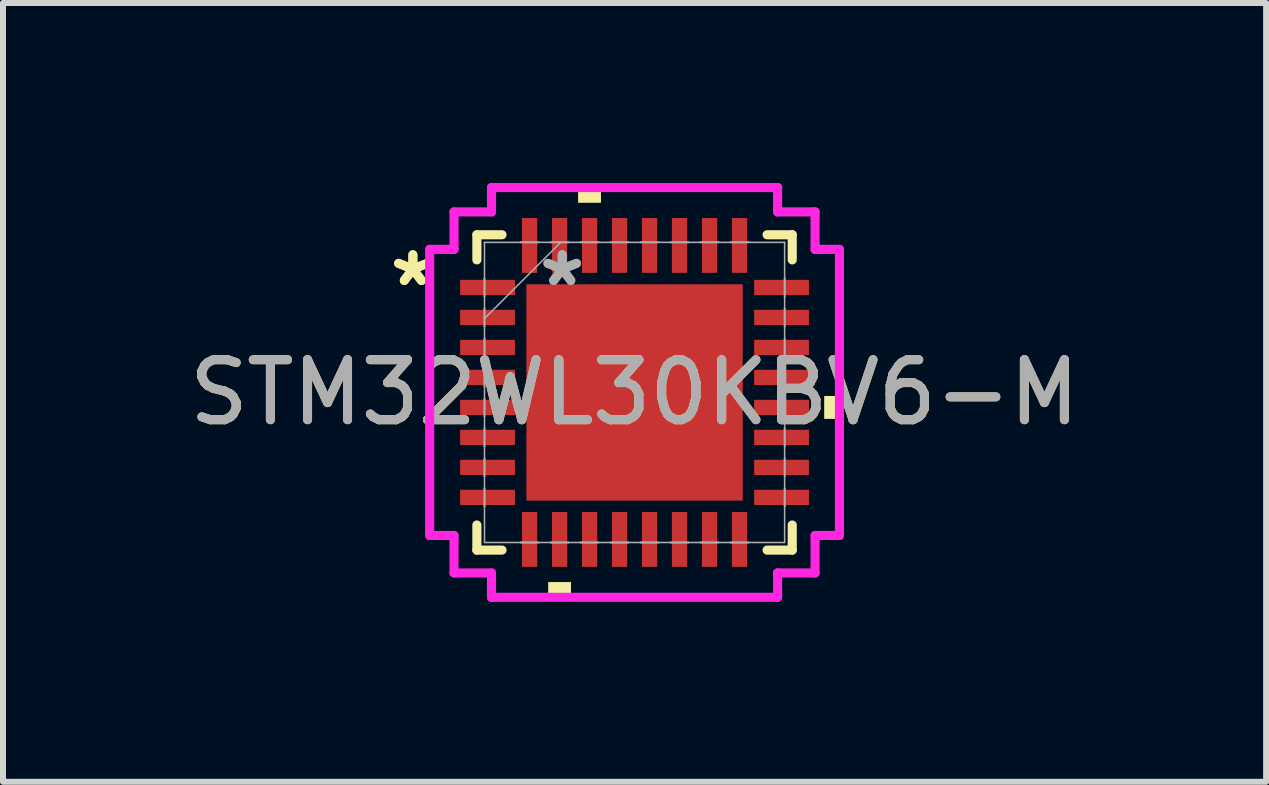
<source format=kicad_pcb>
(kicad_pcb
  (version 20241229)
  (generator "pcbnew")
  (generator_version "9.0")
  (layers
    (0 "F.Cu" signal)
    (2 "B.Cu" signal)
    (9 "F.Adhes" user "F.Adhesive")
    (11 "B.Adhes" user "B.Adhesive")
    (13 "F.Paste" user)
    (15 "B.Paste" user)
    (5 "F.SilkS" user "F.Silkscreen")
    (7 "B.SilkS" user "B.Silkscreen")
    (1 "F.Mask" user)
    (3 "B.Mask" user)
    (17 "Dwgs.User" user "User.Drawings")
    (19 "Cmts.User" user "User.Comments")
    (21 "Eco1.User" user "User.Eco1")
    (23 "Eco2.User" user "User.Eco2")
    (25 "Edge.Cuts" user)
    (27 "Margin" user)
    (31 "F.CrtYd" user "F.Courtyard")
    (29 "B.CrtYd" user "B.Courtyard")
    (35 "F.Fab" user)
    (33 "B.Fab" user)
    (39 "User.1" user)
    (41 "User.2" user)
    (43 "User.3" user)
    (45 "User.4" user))
  (footprint "STM32WL30KBV6-M"
    (layer "F.Cu")
    (at 7.53 3.493)
    (property "Reference" "STM32WL30KBV6-M" (at 0 0 0) (unlocked yes) (layer "F.SilkS") (effects (font (size 1 1) (thickness 0.15))))
    (attr smd)
    (fp_line (start -2.629 -2.629) (end -2.629 -2.21) (stroke (width 0.152) (type solid)) (layer "F.SilkS"))
    (fp_line (start -2.629 2.21) (end -2.629 2.629) (stroke (width 0.152) (type solid)) (layer "F.SilkS"))
    (fp_line (start -2.629 2.629) (end -2.21 2.629) (stroke (width 0.152) (type solid)) (layer "F.SilkS"))
    (fp_line (start -2.21 -2.629) (end -2.629 -2.629) (stroke (width 0.152) (type solid)) (layer "F.SilkS"))
    (fp_line (start 2.21 2.629) (end 2.629 2.629) (stroke (width 0.152) (type solid)) (layer "F.SilkS"))
    (fp_line (start 2.629 -2.629) (end 2.21 -2.629) (stroke (width 0.152) (type solid)) (layer "F.SilkS"))
    (fp_line (start 2.629 -2.21) (end 2.629 -2.629) (stroke (width 0.152) (type solid)) (layer "F.SilkS"))
    (fp_line (start 2.629 2.629) (end 2.629 2.21) (stroke (width 0.152) (type solid)) (layer "F.SilkS"))
    (fp_poly (pts (xy -1.44 3.162) (xy -1.44 3.416) (xy -1.06 3.416) (xy -1.06 3.162)) (stroke (width 0) (type solid)) (fill yes) (layer "F.SilkS"))
    (fp_poly (pts (xy -0.941 -3.162) (xy -0.941 -3.416) (xy -0.56 -3.416) (xy -0.56 -3.162)) (stroke (width 0) (type solid)) (fill yes) (layer "F.SilkS"))
    (fp_poly (pts (xy 3.416 0.059) (xy 3.416 0.441) (xy 3.162 0.441) (xy 3.162 0.059)) (stroke (width 0) (type solid)) (fill yes) (layer "F.SilkS"))
    (fp_line (start -3.416 -2.385) (end -3.01 -2.385) (stroke (width 0.152) (type solid)) (layer "F.CrtYd"))
    (fp_line (start -3.416 2.385) (end -3.416 -2.385) (stroke (width 0.152) (type solid)) (layer "F.CrtYd"))
    (fp_line (start -3.01 -3.01) (end -2.385 -3.01) (stroke (width 0.152) (type solid)) (layer "F.CrtYd"))
    (fp_line (start -3.01 -2.385) (end -3.01 -3.01) (stroke (width 0.152) (type solid)) (layer "F.CrtYd"))
    (fp_line (start -3.01 2.385) (end -3.416 2.385) (stroke (width 0.152) (type solid)) (layer "F.CrtYd"))
    (fp_line (start -3.01 3.01) (end -3.01 2.385) (stroke (width 0.152) (type solid)) (layer "F.CrtYd"))
    (fp_line (start -2.385 -3.416) (end 2.385 -3.416) (stroke (width 0.152) (type solid)) (layer "F.CrtYd"))
    (fp_line (start -2.385 -3.01) (end -2.385 -3.416) (stroke (width 0.152) (type solid)) (layer "F.CrtYd"))
    (fp_line (start -2.385 3.01) (end -3.01 3.01) (stroke (width 0.152) (type solid)) (layer "F.CrtYd"))
    (fp_line (start -2.385 3.416) (end -2.385 3.01) (stroke (width 0.152) (type solid)) (layer "F.CrtYd"))
    (fp_line (start 2.385 -3.416) (end 2.385 -3.01) (stroke (width 0.152) (type solid)) (layer "F.CrtYd"))
    (fp_line (start 2.385 -3.01) (end 3.01 -3.01) (stroke (width 0.152) (type solid)) (layer "F.CrtYd"))
    (fp_line (start 2.385 3.01) (end 2.385 3.416) (stroke (width 0.152) (type solid)) (layer "F.CrtYd"))
    (fp_line (start 2.385 3.416) (end -2.385 3.416) (stroke (width 0.152) (type solid)) (layer "F.CrtYd"))
    (fp_line (start 3.01 -3.01) (end 3.01 -2.385) (stroke (width 0.152) (type solid)) (layer "F.CrtYd"))
    (fp_line (start 3.01 -2.385) (end 3.416 -2.385) (stroke (width 0.152) (type solid)) (layer "F.CrtYd"))
    (fp_line (start 3.01 2.385) (end 3.01 3.01) (stroke (width 0.152) (type solid)) (layer "F.CrtYd"))
    (fp_line (start 3.01 3.01) (end 2.385 3.01) (stroke (width 0.152) (type solid)) (layer "F.CrtYd"))
    (fp_line (start 3.416 -2.385) (end 3.416 2.385) (stroke (width 0.152) (type solid)) (layer "F.CrtYd"))
    (fp_line (start 3.416 2.385) (end 3.01 2.385) (stroke (width 0.152) (type solid)) (layer "F.CrtYd"))
    (fp_line (start -2.502 -2.502) (end -2.502 2.502) (stroke (width 0.025) (type solid)) (layer "F.Fab"))
    (fp_line (start -2.502 -1.902) (end -2.502 -1.902) (stroke (width 0.025) (type solid)) (layer "F.Fab"))
    (fp_line (start -2.502 -1.902) (end -2.502 -1.598) (stroke (width 0.025) (type solid)) (layer "F.Fab"))
    (fp_line (start -2.502 -1.598) (end -2.502 -1.902) (stroke (width 0.025) (type solid)) (layer "F.Fab"))
    (fp_line (start -2.502 -1.598) (end -2.502 -1.598) (stroke (width 0.025) (type solid)) (layer "F.Fab"))
    (fp_line (start -2.502 -1.402) (end -2.502 -1.402) (stroke (width 0.025) (type solid)) (layer "F.Fab"))
    (fp_line (start -2.502 -1.402) (end -2.502 -1.098) (stroke (width 0.025) (type solid)) (layer "F.Fab"))
    (fp_line (start -2.502 -1.232) (end -1.232 -2.502) (stroke (width 0.025) (type solid)) (layer "F.Fab"))
    (fp_line (start -2.502 -1.098) (end -2.502 -1.402) (stroke (width 0.025) (type solid)) (layer "F.Fab"))
    (fp_line (start -2.502 -1.098) (end -2.502 -1.098) (stroke (width 0.025) (type solid)) (layer "F.Fab"))
    (fp_line (start -2.502 -0.902) (end -2.502 -0.902) (stroke (width 0.025) (type solid)) (layer "F.Fab"))
    (fp_line (start -2.502 -0.902) (end -2.502 -0.598) (stroke (width 0.025) (type solid)) (layer "F.Fab"))
    (fp_line (start -2.502 -0.598) (end -2.502 -0.902) (stroke (width 0.025) (type solid)) (layer "F.Fab"))
    (fp_line (start -2.502 -0.598) (end -2.502 -0.598) (stroke (width 0.025) (type solid)) (layer "F.Fab"))
    (fp_line (start -2.502 -0.402) (end -2.502 -0.402) (stroke (width 0.025) (type solid)) (layer "F.Fab"))
    (fp_line (start -2.502 -0.402) (end -2.502 -0.098) (stroke (width 0.025) (type solid)) (layer "F.Fab"))
    (fp_line (start -2.502 -0.098) (end -2.502 -0.402) (stroke (width 0.025) (type solid)) (layer "F.Fab"))
    (fp_line (start -2.502 -0.098) (end -2.502 -0.098) (stroke (width 0.025) (type solid)) (layer "F.Fab"))
    (fp_line (start -2.502 0.098) (end -2.502 0.098) (stroke (width 0.025) (type solid)) (layer "F.Fab"))
    (fp_line (start -2.502 0.098) (end -2.502 0.402) (stroke (width 0.025) (type solid)) (layer "F.Fab"))
    (fp_line (start -2.502 0.402) (end -2.502 0.098) (stroke (width 0.025) (type solid)) (layer "F.Fab"))
    (fp_line (start -2.502 0.402) (end -2.502 0.402) (stroke (width 0.025) (type solid)) (layer "F.Fab"))
    (fp_line (start -2.502 0.598) (end -2.502 0.598) (stroke (width 0.025) (type solid)) (layer "F.Fab"))
    (fp_line (start -2.502 0.598) (end -2.502 0.902) (stroke (width 0.025) (type solid)) (layer "F.Fab"))
    (fp_line (start -2.502 0.902) (end -2.502 0.598) (stroke (width 0.025) (type solid)) (layer "F.Fab"))
    (fp_line (start -2.502 0.902) (end -2.502 0.902) (stroke (width 0.025) (type solid)) (layer "F.Fab"))
    (fp_line (start -2.502 1.098) (end -2.502 1.098) (stroke (width 0.025) (type solid)) (layer "F.Fab"))
    (fp_line (start -2.502 1.098) (end -2.502 1.402) (stroke (width 0.025) (type solid)) (layer "F.Fab"))
    (fp_line (start -2.502 1.402) (end -2.502 1.098) (stroke (width 0.025) (type solid)) (layer "F.Fab"))
    (fp_line (start -2.502 1.402) (end -2.502 1.402) (stroke (width 0.025) (type solid)) (layer "F.Fab"))
    (fp_line (start -2.502 1.598) (end -2.502 1.598) (stroke (width 0.025) (type solid)) (layer "F.Fab"))
    (fp_line (start -2.502 1.598) (end -2.502 1.902) (stroke (width 0.025) (type solid)) (layer "F.Fab"))
    (fp_line (start -2.502 1.902) (end -2.502 1.598) (stroke (width 0.025) (type solid)) (layer "F.Fab"))
    (fp_line (start -2.502 1.902) (end -2.502 1.902) (stroke (width 0.025) (type solid)) (layer "F.Fab"))
    (fp_line (start -2.502 2.502) (end 2.502 2.502) (stroke (width 0.025) (type solid)) (layer "F.Fab"))
    (fp_line (start -1.902 -2.502) (end -1.902 -2.502) (stroke (width 0.025) (type solid)) (layer "F.Fab"))
    (fp_line (start -1.902 -2.502) (end -1.598 -2.502) (stroke (width 0.025) (type solid)) (layer "F.Fab"))
    (fp_line (start -1.902 2.502) (end -1.902 2.502) (stroke (width 0.025) (type solid)) (layer "F.Fab"))
    (fp_line (start -1.902 2.502) (end -1.598 2.502) (stroke (width 0.025) (type solid)) (layer "F.Fab"))
    (fp_line (start -1.598 -2.502) (end -1.902 -2.502) (stroke (width 0.025) (type solid)) (layer "F.Fab"))
    (fp_line (start -1.598 -2.502) (end -1.598 -2.502) (stroke (width 0.025) (type solid)) (layer "F.Fab"))
    (fp_line (start -1.598 2.502) (end -1.902 2.502) (stroke (width 0.025) (type solid)) (layer "F.Fab"))
    (fp_line (start -1.598 2.502) (end -1.598 2.502) (stroke (width 0.025) (type solid)) (layer "F.Fab"))
    (fp_line (start -1.402 -2.502) (end -1.402 -2.502) (stroke (width 0.025) (type solid)) (layer "F.Fab"))
    (fp_line (start -1.402 -2.502) (end -1.098 -2.502) (stroke (width 0.025) (type solid)) (layer "F.Fab"))
    (fp_line (start -1.402 2.502) (end -1.402 2.502) (stroke (width 0.025) (type solid)) (layer "F.Fab"))
    (fp_line (start -1.402 2.502) (end -1.098 2.502) (stroke (width 0.025) (type solid)) (layer "F.Fab"))
    (fp_line (start -1.098 -2.502) (end -1.402 -2.502) (stroke (width 0.025) (type solid)) (layer "F.Fab"))
    (fp_line (start -1.098 -2.502) (end -1.098 -2.502) (stroke (width 0.025) (type solid)) (layer "F.Fab"))
    (fp_line (start -1.098 2.502) (end -1.402 2.502) (stroke (width 0.025) (type solid)) (layer "F.Fab"))
    (fp_line (start -1.098 2.502) (end -1.098 2.502) (stroke (width 0.025) (type solid)) (layer "F.Fab"))
    (fp_line (start -0.902 -2.502) (end -0.902 -2.502) (stroke (width 0.025) (type solid)) (layer "F.Fab"))
    (fp_line (start -0.902 -2.502) (end -0.598 -2.502) (stroke (width 0.025) (type solid)) (layer "F.Fab"))
    (fp_line (start -0.902 2.502) (end -0.902 2.502) (stroke (width 0.025) (type solid)) (layer "F.Fab"))
    (fp_line (start -0.902 2.502) (end -0.598 2.502) (stroke (width 0.025) (type solid)) (layer "F.Fab"))
    (fp_line (start -0.598 -2.502) (end -0.902 -2.502) (stroke (width 0.025) (type solid)) (layer "F.Fab"))
    (fp_line (start -0.598 -2.502) (end -0.598 -2.502) (stroke (width 0.025) (type solid)) (layer "F.Fab"))
    (fp_line (start -0.598 2.502) (end -0.902 2.502) (stroke (width 0.025) (type solid)) (layer "F.Fab"))
    (fp_line (start -0.598 2.502) (end -0.598 2.502) (stroke (width 0.025) (type solid)) (layer "F.Fab"))
    (fp_line (start -0.402 -2.502) (end -0.402 -2.502) (stroke (width 0.025) (type solid)) (layer "F.Fab"))
    (fp_line (start -0.402 -2.502) (end -0.098 -2.502) (stroke (width 0.025) (type solid)) (layer "F.Fab"))
    (fp_line (start -0.402 2.502) (end -0.402 2.502) (stroke (width 0.025) (type solid)) (layer "F.Fab"))
    (fp_line (start -0.402 2.502) (end -0.098 2.502) (stroke (width 0.025) (type solid)) (layer "F.Fab"))
    (fp_line (start -0.098 -2.502) (end -0.402 -2.502) (stroke (width 0.025) (type solid)) (layer "F.Fab"))
    (fp_line (start -0.098 -2.502) (end -0.098 -2.502) (stroke (width 0.025) (type solid)) (layer "F.Fab"))
    (fp_line (start -0.098 2.502) (end -0.402 2.502) (stroke (width 0.025) (type solid)) (layer "F.Fab"))
    (fp_line (start -0.098 2.502) (end -0.098 2.502) (stroke (width 0.025) (type solid)) (layer "F.Fab"))
    (fp_line (start 0.098 -2.502) (end 0.098 -2.502) (stroke (width 0.025) (type solid)) (layer "F.Fab"))
    (fp_line (start 0.098 -2.502) (end 0.402 -2.502) (stroke (width 0.025) (type solid)) (layer "F.Fab"))
    (fp_line (start 0.098 2.502) (end 0.098 2.502) (stroke (width 0.025) (type solid)) (layer "F.Fab"))
    (fp_line (start 0.098 2.502) (end 0.402 2.502) (stroke (width 0.025) (type solid)) (layer "F.Fab"))
    (fp_line (start 0.402 -2.502) (end 0.098 -2.502) (stroke (width 0.025) (type solid)) (layer "F.Fab"))
    (fp_line (start 0.402 -2.502) (end 0.402 -2.502) (stroke (width 0.025) (type solid)) (layer "F.Fab"))
    (fp_line (start 0.402 2.502) (end 0.098 2.502) (stroke (width 0.025) (type solid)) (layer "F.Fab"))
    (fp_line (start 0.402 2.502) (end 0.402 2.502) (stroke (width 0.025) (type solid)) (layer "F.Fab"))
    (fp_line (start 0.598 -2.502) (end 0.598 -2.502) (stroke (width 0.025) (type solid)) (layer "F.Fab"))
    (fp_line (start 0.598 -2.502) (end 0.902 -2.502) (stroke (width 0.025) (type solid)) (layer "F.Fab"))
    (fp_line (start 0.598 2.502) (end 0.598 2.502) (stroke (width 0.025) (type solid)) (layer "F.Fab"))
    (fp_line (start 0.598 2.502) (end 0.902 2.502) (stroke (width 0.025) (type solid)) (layer "F.Fab"))
    (fp_line (start 0.902 -2.502) (end 0.598 -2.502) (stroke (width 0.025) (type solid)) (layer "F.Fab"))
    (fp_line (start 0.902 -2.502) (end 0.902 -2.502) (stroke (width 0.025) (type solid)) (layer "F.Fab"))
    (fp_line (start 0.902 2.502) (end 0.598 2.502) (stroke (width 0.025) (type solid)) (layer "F.Fab"))
    (fp_line (start 0.902 2.502) (end 0.902 2.502) (stroke (width 0.025) (type solid)) (layer "F.Fab"))
    (fp_line (start 1.098 -2.502) (end 1.098 -2.502) (stroke (width 0.025) (type solid)) (layer "F.Fab"))
    (fp_line (start 1.098 -2.502) (end 1.402 -2.502) (stroke (width 0.025) (type solid)) (layer "F.Fab"))
    (fp_line (start 1.098 2.502) (end 1.098 2.502) (stroke (width 0.025) (type solid)) (layer "F.Fab"))
    (fp_line (start 1.098 2.502) (end 1.402 2.502) (stroke (width 0.025) (type solid)) (layer "F.Fab"))
    (fp_line (start 1.402 -2.502) (end 1.098 -2.502) (stroke (width 0.025) (type solid)) (layer "F.Fab"))
    (fp_line (start 1.402 -2.502) (end 1.402 -2.502) (stroke (width 0.025) (type solid)) (layer "F.Fab"))
    (fp_line (start 1.402 2.502) (end 1.098 2.502) (stroke (width 0.025) (type solid)) (layer "F.Fab"))
    (fp_line (start 1.402 2.502) (end 1.402 2.502) (stroke (width 0.025) (type solid)) (layer "F.Fab"))
    (fp_line (start 1.598 -2.502) (end 1.598 -2.502) (stroke (width 0.025) (type solid)) (layer "F.Fab"))
    (fp_line (start 1.598 -2.502) (end 1.902 -2.502) (stroke (width 0.025) (type solid)) (layer "F.Fab"))
    (fp_line (start 1.598 2.502) (end 1.598 2.502) (stroke (width 0.025) (type solid)) (layer "F.Fab"))
    (fp_line (start 1.598 2.502) (end 1.902 2.502) (stroke (width 0.025) (type solid)) (layer "F.Fab"))
    (fp_line (start 1.902 -2.502) (end 1.598 -2.502) (stroke (width 0.025) (type solid)) (layer "F.Fab"))
    (fp_line (start 1.902 -2.502) (end 1.902 -2.502) (stroke (width 0.025) (type solid)) (layer "F.Fab"))
    (fp_line (start 1.902 2.502) (end 1.598 2.502) (stroke (width 0.025) (type solid)) (layer "F.Fab"))
    (fp_line (start 1.902 2.502) (end 1.902 2.502) (stroke (width 0.025) (type solid)) (layer "F.Fab"))
    (fp_line (start 2.502 -2.502) (end -2.502 -2.502) (stroke (width 0.025) (type solid)) (layer "F.Fab"))
    (fp_line (start 2.502 -1.902) (end 2.502 -1.902) (stroke (width 0.025) (type solid)) (layer "F.Fab"))
    (fp_line (start 2.502 -1.902) (end 2.502 -1.598) (stroke (width 0.025) (type solid)) (layer "F.Fab"))
    (fp_line (start 2.502 -1.598) (end 2.502 -1.902) (stroke (width 0.025) (type solid)) (layer "F.Fab"))
    (fp_line (start 2.502 -1.598) (end 2.502 -1.598) (stroke (width 0.025) (type solid)) (layer "F.Fab"))
    (fp_line (start 2.502 -1.402) (end 2.502 -1.402) (stroke (width 0.025) (type solid)) (layer "F.Fab"))
    (fp_line (start 2.502 -1.402) (end 2.502 -1.098) (stroke (width 0.025) (type solid)) (layer "F.Fab"))
    (fp_line (start 2.502 -1.098) (end 2.502 -1.402) (stroke (width 0.025) (type solid)) (layer "F.Fab"))
    (fp_line (start 2.502 -1.098) (end 2.502 -1.098) (stroke (width 0.025) (type solid)) (layer "F.Fab"))
    (fp_line (start 2.502 -0.902) (end 2.502 -0.902) (stroke (width 0.025) (type solid)) (layer "F.Fab"))
    (fp_line (start 2.502 -0.902) (end 2.502 -0.598) (stroke (width 0.025) (type solid)) (layer "F.Fab"))
    (fp_line (start 2.502 -0.598) (end 2.502 -0.902) (stroke (width 0.025) (type solid)) (layer "F.Fab"))
    (fp_line (start 2.502 -0.598) (end 2.502 -0.598) (stroke (width 0.025) (type solid)) (layer "F.Fab"))
    (fp_line (start 2.502 -0.402) (end 2.502 -0.402) (stroke (width 0.025) (type solid)) (layer "F.Fab"))
    (fp_line (start 2.502 -0.402) (end 2.502 -0.098) (stroke (width 0.025) (type solid)) (layer "F.Fab"))
    (fp_line (start 2.502 -0.098) (end 2.502 -0.402) (stroke (width 0.025) (type solid)) (layer "F.Fab"))
    (fp_line (start 2.502 -0.098) (end 2.502 -0.098) (stroke (width 0.025) (type solid)) (layer "F.Fab"))
    (fp_line (start 2.502 0.098) (end 2.502 0.098) (stroke (width 0.025) (type solid)) (layer "F.Fab"))
    (fp_line (start 2.502 0.098) (end 2.502 0.402) (stroke (width 0.025) (type solid)) (layer "F.Fab"))
    (fp_line (start 2.502 0.402) (end 2.502 0.098) (stroke (width 0.025) (type solid)) (layer "F.Fab"))
    (fp_line (start 2.502 0.402) (end 2.502 0.402) (stroke (width 0.025) (type solid)) (layer "F.Fab"))
    (fp_line (start 2.502 0.598) (end 2.502 0.598) (stroke (width 0.025) (type solid)) (layer "F.Fab"))
    (fp_line (start 2.502 0.598) (end 2.502 0.902) (stroke (width 0.025) (type solid)) (layer "F.Fab"))
    (fp_line (start 2.502 0.902) (end 2.502 0.598) (stroke (width 0.025) (type solid)) (layer "F.Fab"))
    (fp_line (start 2.502 0.902) (end 2.502 0.902) (stroke (width 0.025) (type solid)) (layer "F.Fab"))
    (fp_line (start 2.502 1.098) (end 2.502 1.098) (stroke (width 0.025) (type solid)) (layer "F.Fab"))
    (fp_line (start 2.502 1.098) (end 2.502 1.402) (stroke (width 0.025) (type solid)) (layer "F.Fab"))
    (fp_line (start 2.502 1.402) (end 2.502 1.098) (stroke (width 0.025) (type solid)) (layer "F.Fab"))
    (fp_line (start 2.502 1.402) (end 2.502 1.402) (stroke (width 0.025) (type solid)) (layer "F.Fab"))
    (fp_line (start 2.502 1.598) (end 2.502 1.598) (stroke (width 0.025) (type solid)) (layer "F.Fab"))
    (fp_line (start 2.502 1.598) (end 2.502 1.902) (stroke (width 0.025) (type solid)) (layer "F.Fab"))
    (fp_line (start 2.502 1.902) (end 2.502 1.598) (stroke (width 0.025) (type solid)) (layer "F.Fab"))
    (fp_line (start 2.502 1.902) (end 2.502 1.902) (stroke (width 0.025) (type solid)) (layer "F.Fab"))
    (fp_line (start 2.502 2.502) (end 2.502 -2.502) (stroke (width 0.025) (type solid)) (layer "F.Fab"))
    (fp_text user "*" (at -3.696 -1.75 0) (unlocked yes) (layer "F.SilkS") (effects (font (size 1 1) (thickness 0.15))))
    (fp_text user "*" (at -3.696 -1.75 0) (layer "F.SilkS") (effects (font (size 1 1) (thickness 0.15))))
    (fp_text user "${REFERENCE}" (at 0 0 0) (unlocked yes) (layer "F.Fab") (effects (font (size 1 1) (thickness 0.15))))
    (fp_text user "*" (at -1.206 -1.75 0) (layer "F.Fab") (effects (font (size 1 1) (thickness 0.15))))
    (fp_text user "*" (at -1.206 -1.75 0) (unlocked yes) (layer "F.Fab") (effects (font (size 1 1) (thickness 0.15))))
    (pad "1" smd rect (at -2.451 -1.75 90) (size 0.254 0.914) (layers "F.Cu" "F.Mask" "F.Paste"))
    (pad "2" smd rect (at -2.451 -1.25 90) (size 0.254 0.914) (layers "F.Cu" "F.Mask" "F.Paste"))
    (pad "3" smd rect (at -2.451 -0.75 90) (size 0.254 0.914) (layers "F.Cu" "F.Mask" "F.Paste"))
    (pad "4" smd rect (at -2.451 -0.25 90) (size 0.254 0.914) (layers "F.Cu" "F.Mask" "F.Paste"))
    (pad "5" smd rect (at -2.451 0.25 90) (size 0.254 0.914) (layers "F.Cu" "F.Mask" "F.Paste"))
    (pad "6" smd rect (at -2.451 0.75 90) (size 0.254 0.914) (layers "F.Cu" "F.Mask" "F.Paste"))
    (pad "7" smd rect (at -2.451 1.25 90) (size 0.254 0.914) (layers "F.Cu" "F.Mask" "F.Paste"))
    (pad "8" smd rect (at -2.451 1.75 90) (size 0.254 0.914) (layers "F.Cu" "F.Mask" "F.Paste"))
    (pad "9" smd rect (at -1.75 2.451) (size 0.254 0.914) (layers "F.Cu" "F.Mask" "F.Paste"))
    (pad "10" smd rect (at -1.25 2.451) (size 0.254 0.914) (layers "F.Cu" "F.Mask" "F.Paste"))
    (pad "11" smd rect (at -0.75 2.451) (size 0.254 0.914) (layers "F.Cu" "F.Mask" "F.Paste"))
    (pad "12" smd rect (at -0.25 2.451) (size 0.254 0.914) (layers "F.Cu" "F.Mask" "F.Paste"))
    (pad "13" smd rect (at 0.25 2.451) (size 0.254 0.914) (layers "F.Cu" "F.Mask" "F.Paste"))
    (pad "14" smd rect (at 0.75 2.451) (size 0.254 0.914) (layers "F.Cu" "F.Mask" "F.Paste"))
    (pad "15" smd rect (at 1.25 2.451) (size 0.254 0.914) (layers "F.Cu" "F.Mask" "F.Paste"))
    (pad "16" smd rect (at 1.75 2.451) (size 0.254 0.914) (layers "F.Cu" "F.Mask" "F.Paste"))
    (pad "17" smd rect (at 2.451 1.75 90) (size 0.254 0.914) (layers "F.Cu" "F.Mask" "F.Paste"))
    (pad "18" smd rect (at 2.451 1.25 90) (size 0.254 0.914) (layers "F.Cu" "F.Mask" "F.Paste"))
    (pad "19" smd rect (at 2.451 0.75 90) (size 0.254 0.914) (layers "F.Cu" "F.Mask" "F.Paste"))
    (pad "20" smd rect (at 2.451 0.25 90) (size 0.254 0.914) (layers "F.Cu" "F.Mask" "F.Paste"))
    (pad "21" smd rect (at 2.451 -0.25 90) (size 0.254 0.914) (layers "F.Cu" "F.Mask" "F.Paste"))
    (pad "22" smd rect (at 2.451 -0.75 90) (size 0.254 0.914) (layers "F.Cu" "F.Mask" "F.Paste"))
    (pad "23" smd rect (at 2.451 -1.25 90) (size 0.254 0.914) (layers "F.Cu" "F.Mask" "F.Paste"))
    (pad "24" smd rect (at 2.451 -1.75 90) (size 0.254 0.914) (layers "F.Cu" "F.Mask" "F.Paste"))
    (pad "25" smd rect (at 1.75 -2.451) (size 0.254 0.914) (layers "F.Cu" "F.Mask" "F.Paste"))
    (pad "26" smd rect (at 1.25 -2.451) (size 0.254 0.914) (layers "F.Cu" "F.Mask" "F.Paste"))
    (pad "27" smd rect (at 0.75 -2.451) (size 0.254 0.914) (layers "F.Cu" "F.Mask" "F.Paste"))
    (pad "28" smd rect (at 0.25 -2.451) (size 0.254 0.914) (layers "F.Cu" "F.Mask" "F.Paste"))
    (pad "29" smd rect (at -0.25 -2.451) (size 0.254 0.914) (layers "F.Cu" "F.Mask" "F.Paste"))
    (pad "30" smd rect (at -0.75 -2.451) (size 0.254 0.914) (layers "F.Cu" "F.Mask" "F.Paste"))
    (pad "31" smd rect (at -1.25 -2.451) (size 0.254 0.914) (layers "F.Cu" "F.Mask" "F.Paste"))
    (pad "32" smd rect (at -1.75 -2.451) (size 0.254 0.914) (layers "F.Cu" "F.Mask" "F.Paste"))
    (pad "33" smd rect (at 0 0) (size 3.607 3.607) (layers "F.Cu" "F.Mask" "F.Paste")))
  (gr_rect
    (start -3 -3)
    (end 18.06 9.985)
    (stroke (width 0.1) (type default))
    (fill no)
    (layer "Edge.Cuts")))
</source>
